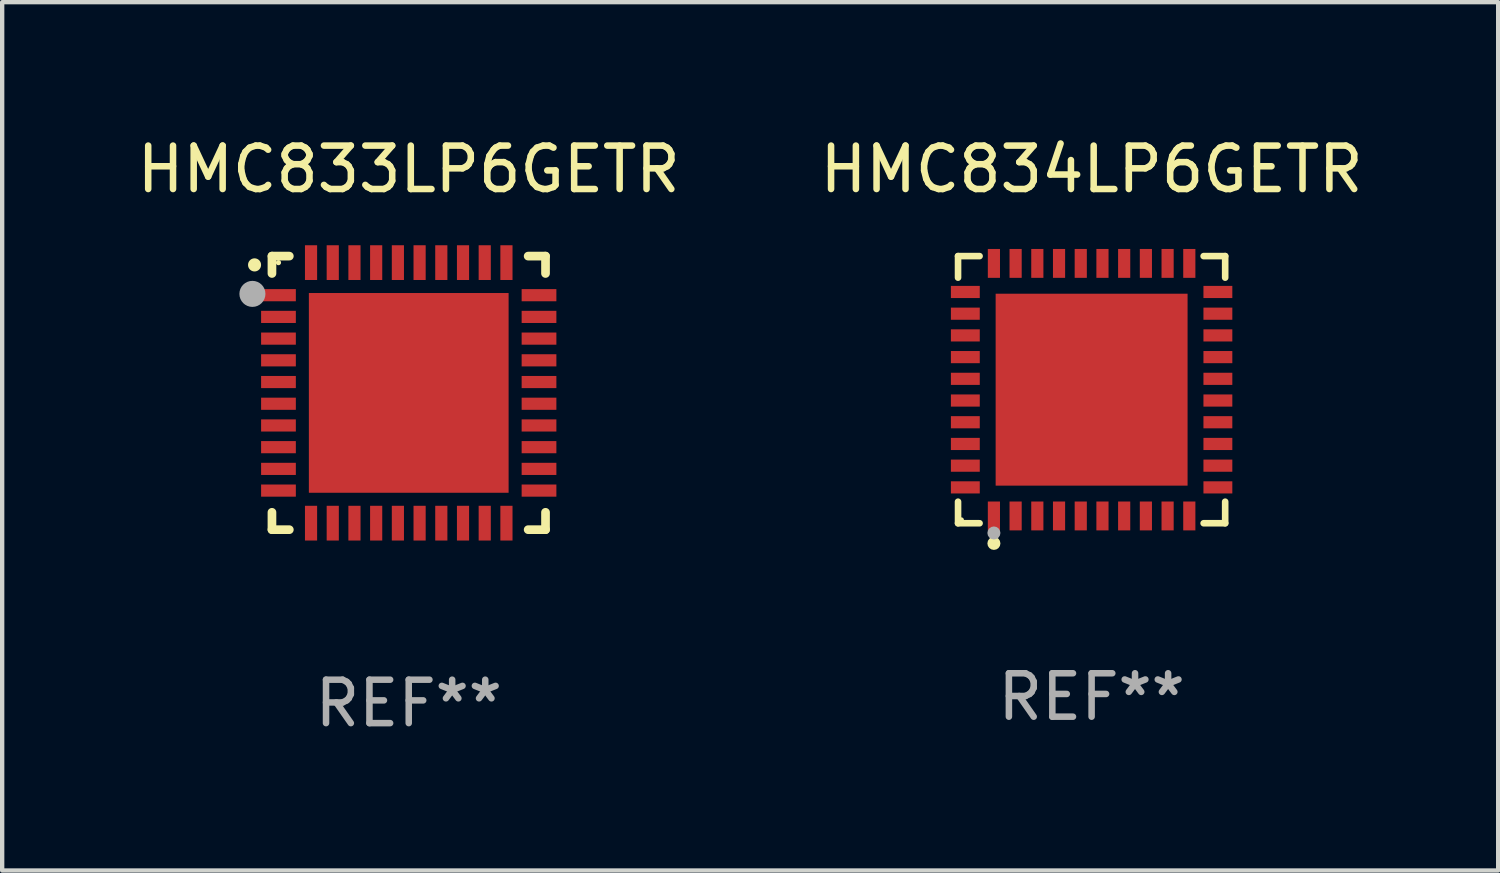
<source format=kicad_pcb>
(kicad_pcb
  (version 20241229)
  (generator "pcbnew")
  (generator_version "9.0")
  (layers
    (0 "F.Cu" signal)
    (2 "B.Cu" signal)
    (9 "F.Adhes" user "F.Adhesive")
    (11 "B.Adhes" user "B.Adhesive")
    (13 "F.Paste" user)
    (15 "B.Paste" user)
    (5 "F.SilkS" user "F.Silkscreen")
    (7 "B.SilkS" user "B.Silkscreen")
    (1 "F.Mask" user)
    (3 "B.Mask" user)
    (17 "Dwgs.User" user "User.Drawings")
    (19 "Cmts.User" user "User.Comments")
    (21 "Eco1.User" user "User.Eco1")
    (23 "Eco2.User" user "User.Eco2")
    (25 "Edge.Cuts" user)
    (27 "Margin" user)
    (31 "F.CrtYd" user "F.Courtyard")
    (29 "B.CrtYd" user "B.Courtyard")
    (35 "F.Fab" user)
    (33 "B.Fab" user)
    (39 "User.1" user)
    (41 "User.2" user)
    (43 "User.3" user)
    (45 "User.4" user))
  (footprint "HMC834LP6GETR"
    (layer "F.Cu")
    (at 22.089 5.924)
    (property "Reference" "HMC834LP6GETR" (at 0 -5.076 0) (layer "F.SilkS") (effects (font (size 1 1) (thickness 0.15))))
    (attr through_hole)
    (fp_line (start -3.076 -3.076) (end -2.58 -3.076) (stroke (width 0.152) (type solid)) (layer "F.SilkS"))
    (fp_line (start -3.076 -2.58) (end -3.076 -3.076) (stroke (width 0.152) (type solid)) (layer "F.SilkS"))
    (fp_line (start -3.076 2.58) (end -3.076 3.076) (stroke (width 0.152) (type solid)) (layer "F.SilkS"))
    (fp_line (start -3.076 3.076) (end -2.58 3.076) (stroke (width 0.152) (type solid)) (layer "F.SilkS"))
    (fp_line (start 3.076 -3.076) (end 2.58 -3.076) (stroke (width 0.152) (type solid)) (layer "F.SilkS"))
    (fp_line (start 3.076 -2.58) (end 3.076 -3.076) (stroke (width 0.152) (type solid)) (layer "F.SilkS"))
    (fp_line (start 3.076 2.58) (end 3.076 3.076) (stroke (width 0.152) (type solid)) (layer "F.SilkS"))
    (fp_line (start 3.076 3.076) (end 2.58 3.076) (stroke (width 0.152) (type solid)) (layer "F.SilkS"))
    (fp_circle (center -3 3) (end -2.97 3) (stroke (width 0.06) (type solid)) (fill no) (layer "F.SilkS"))
    (fp_circle (center -2.25 3.54) (end -2.175 3.54) (stroke (width 0.15) (type solid)) (fill no) (layer "F.SilkS"))
    (fp_circle (center -2.25 3.3) (end -2.175 3.3) (stroke (width 0.15) (type solid)) (fill no) (layer "F.Fab"))
    (fp_text user "REF**" (at 0 7.076 0) (layer "F.Fab") (effects (font (size 1 1) (thickness 0.15))))
    (pad "1" smd rect (at -2.25 2.908) (size 0.28 0.665) (layers "F.Cu" "F.Mask" "F.Paste"))
    (pad "2" smd rect (at -1.75 2.908) (size 0.28 0.665) (layers "F.Cu" "F.Mask" "F.Paste"))
    (pad "3" smd rect (at -1.25 2.908) (size 0.28 0.665) (layers "F.Cu" "F.Mask" "F.Paste"))
    (pad "4" smd rect (at -0.75 2.908) (size 0.28 0.665) (layers "F.Cu" "F.Mask" "F.Paste"))
    (pad "5" smd rect (at -0.25 2.908) (size 0.28 0.665) (layers "F.Cu" "F.Mask" "F.Paste"))
    (pad "6" smd rect (at 0.25 2.908) (size 0.28 0.665) (layers "F.Cu" "F.Mask" "F.Paste"))
    (pad "7" smd rect (at 0.75 2.908) (size 0.28 0.665) (layers "F.Cu" "F.Mask" "F.Paste"))
    (pad "8" smd rect (at 1.25 2.908) (size 0.28 0.665) (layers "F.Cu" "F.Mask" "F.Paste"))
    (pad "9" smd rect (at 1.75 2.908) (size 0.28 0.665) (layers "F.Cu" "F.Mask" "F.Paste"))
    (pad "10" smd rect (at 2.25 2.908) (size 0.28 0.665) (layers "F.Cu" "F.Mask" "F.Paste"))
    (pad "11" smd rect (at 2.908 2.25) (size 0.665 0.28) (layers "F.Cu" "F.Mask" "F.Paste"))
    (pad "12" smd rect (at 2.908 1.75) (size 0.665 0.28) (layers "F.Cu" "F.Mask" "F.Paste"))
    (pad "13" smd rect (at 2.908 1.25) (size 0.665 0.28) (layers "F.Cu" "F.Mask" "F.Paste"))
    (pad "14" smd rect (at 2.908 0.75) (size 0.665 0.28) (layers "F.Cu" "F.Mask" "F.Paste"))
    (pad "15" smd rect (at 2.908 0.25) (size 0.665 0.28) (layers "F.Cu" "F.Mask" "F.Paste"))
    (pad "16" smd rect (at 2.908 -0.25) (size 0.665 0.28) (layers "F.Cu" "F.Mask" "F.Paste"))
    (pad "17" smd rect (at 2.908 -0.75) (size 0.665 0.28) (layers "F.Cu" "F.Mask" "F.Paste"))
    (pad "18" smd rect (at 2.908 -1.25) (size 0.665 0.28) (layers "F.Cu" "F.Mask" "F.Paste"))
    (pad "19" smd rect (at 2.908 -1.75) (size 0.665 0.28) (layers "F.Cu" "F.Mask" "F.Paste"))
    (pad "20" smd rect (at 2.908 -2.25) (size 0.665 0.28) (layers "F.Cu" "F.Mask" "F.Paste"))
    (pad "21" smd rect (at 2.25 -2.908) (size 0.28 0.665) (layers "F.Cu" "F.Mask" "F.Paste"))
    (pad "22" smd rect (at 1.75 -2.908) (size 0.28 0.665) (layers "F.Cu" "F.Mask" "F.Paste"))
    (pad "23" smd rect (at 1.25 -2.908) (size 0.28 0.665) (layers "F.Cu" "F.Mask" "F.Paste"))
    (pad "24" smd rect (at 0.75 -2.908) (size 0.28 0.665) (layers "F.Cu" "F.Mask" "F.Paste"))
    (pad "25" smd rect (at 0.25 -2.908) (size 0.28 0.665) (layers "F.Cu" "F.Mask" "F.Paste"))
    (pad "26" smd rect (at -0.25 -2.908) (size 0.28 0.665) (layers "F.Cu" "F.Mask" "F.Paste"))
    (pad "27" smd rect (at -0.75 -2.908) (size 0.28 0.665) (layers "F.Cu" "F.Mask" "F.Paste"))
    (pad "28" smd rect (at -1.25 -2.908) (size 0.28 0.665) (layers "F.Cu" "F.Mask" "F.Paste"))
    (pad "29" smd rect (at -1.75 -2.908) (size 0.28 0.665) (layers "F.Cu" "F.Mask" "F.Paste"))
    (pad "30" smd rect (at -2.25 -2.908) (size 0.28 0.665) (layers "F.Cu" "F.Mask" "F.Paste"))
    (pad "31" smd rect (at -2.908 -2.25) (size 0.665 0.28) (layers "F.Cu" "F.Mask" "F.Paste"))
    (pad "32" smd rect (at -2.908 -1.75) (size 0.665 0.28) (layers "F.Cu" "F.Mask" "F.Paste"))
    (pad "33" smd rect (at -2.908 -1.25) (size 0.665 0.28) (layers "F.Cu" "F.Mask" "F.Paste"))
    (pad "34" smd rect (at -2.908 -0.75) (size 0.665 0.28) (layers "F.Cu" "F.Mask" "F.Paste"))
    (pad "35" smd rect (at -2.908 -0.25) (size 0.665 0.28) (layers "F.Cu" "F.Mask" "F.Paste"))
    (pad "36" smd rect (at -2.908 0.25) (size 0.665 0.28) (layers "F.Cu" "F.Mask" "F.Paste"))
    (pad "37" smd rect (at -2.908 0.75) (size 0.665 0.28) (layers "F.Cu" "F.Mask" "F.Paste"))
    (pad "38" smd rect (at -2.908 1.25) (size 0.665 0.28) (layers "F.Cu" "F.Mask" "F.Paste"))
    (pad "39" smd rect (at -2.908 1.75) (size 0.665 0.28) (layers "F.Cu" "F.Mask" "F.Paste"))
    (pad "40" smd rect (at -2.908 2.25) (size 0.665 0.28) (layers "F.Cu" "F.Mask" "F.Paste"))
    (pad "41" smd rect (at 0 0) (size 4.42 4.42) (layers "F.Cu" "F.Mask" "F.Paste")))
  (footprint "HMC833LP6GETR"
    (layer "F.Cu")
    (at 6.363 5.998)
    (property "Reference" "HMC833LP6GETR" (at 0 -5.15 0) (layer "F.SilkS") (effects (font (size 1 1) (thickness 0.15))))
    (attr through_hole)
    (fp_line (start -3.15 -3.15) (end -2.75 -3.15) (stroke (width 0.2) (type solid)) (layer "F.SilkS"))
    (fp_line (start -3.15 -2.75) (end -3.15 -3.15) (stroke (width 0.2) (type solid)) (layer "F.SilkS"))
    (fp_line (start -3.15 3.15) (end -3.15 2.75) (stroke (width 0.2) (type solid)) (layer "F.SilkS"))
    (fp_line (start -2.75 3.15) (end -3.15 3.15) (stroke (width 0.2) (type solid)) (layer "F.SilkS"))
    (fp_line (start 2.75 -3.15) (end 3.15 -3.15) (stroke (width 0.2) (type solid)) (layer "F.SilkS"))
    (fp_line (start 2.75 3.15) (end 3.15 3.15) (stroke (width 0.2) (type solid)) (layer "F.SilkS"))
    (fp_line (start 3.15 -3.15) (end 3.15 -2.75) (stroke (width 0.2) (type solid)) (layer "F.SilkS"))
    (fp_line (start 3.15 3.15) (end 3.15 2.75) (stroke (width 0.2) (type solid)) (layer "F.SilkS"))
    (fp_arc (start -3.550927 -2.946406) (mid -3.550932 -2.947676) (end -3.550927 -2.948946) (stroke (width 0.3) (type solid)) (layer "F.SilkS"))
    (fp_circle (center -3 -3) (end -2.97 -3) (stroke (width 0.06) (type solid)) (fill no) (layer "F.SilkS"))
    (fp_circle (center -3.6 -2.28) (end -3.45 -2.28) (stroke (width 0.3) (type solid)) (fill no) (layer "F.Fab"))
    (fp_text user "REF**" (at 0 7.15 0) (layer "F.Fab") (effects (font (size 1 1) (thickness 0.15))))
    (pad "1" smd rect (at -3 -2.25 90) (size 0.28 0.8) (layers "F.Cu" "F.Mask" "F.Paste"))
    (pad "2" smd rect (at -3 -1.75 90) (size 0.28 0.8) (layers "F.Cu" "F.Mask" "F.Paste"))
    (pad "3" smd rect (at -3 -1.25 90) (size 0.28 0.8) (layers "F.Cu" "F.Mask" "F.Paste"))
    (pad "4" smd rect (at -3 -0.75 90) (size 0.28 0.8) (layers "F.Cu" "F.Mask" "F.Paste"))
    (pad "5" smd rect (at -3 -0.25 90) (size 0.28 0.8) (layers "F.Cu" "F.Mask" "F.Paste"))
    (pad "6" smd rect (at -3 0.25 90) (size 0.28 0.8) (layers "F.Cu" "F.Mask" "F.Paste"))
    (pad "7" smd rect (at -3 0.75 90) (size 0.28 0.8) (layers "F.Cu" "F.Mask" "F.Paste"))
    (pad "8" smd rect (at -3 1.25 90) (size 0.28 0.8) (layers "F.Cu" "F.Mask" "F.Paste"))
    (pad "9" smd rect (at -3 1.75 90) (size 0.28 0.8) (layers "F.Cu" "F.Mask" "F.Paste"))
    (pad "10" smd rect (at -3 2.25 90) (size 0.28 0.8) (layers "F.Cu" "F.Mask" "F.Paste"))
    (pad "11" smd rect (at -2.25 3) (size 0.28 0.8) (layers "F.Cu" "F.Mask" "F.Paste"))
    (pad "12" smd rect (at -1.75 3) (size 0.28 0.8) (layers "F.Cu" "F.Mask" "F.Paste"))
    (pad "13" smd rect (at -1.25 3) (size 0.28 0.8) (layers "F.Cu" "F.Mask" "F.Paste"))
    (pad "14" smd rect (at -0.75 3) (size 0.28 0.8) (layers "F.Cu" "F.Mask" "F.Paste"))
    (pad "15" smd rect (at -0.25 3) (size 0.28 0.8) (layers "F.Cu" "F.Mask" "F.Paste"))
    (pad "16" smd rect (at 0.25 3) (size 0.28 0.8) (layers "F.Cu" "F.Mask" "F.Paste"))
    (pad "17" smd rect (at 0.75 3) (size 0.28 0.8) (layers "F.Cu" "F.Mask" "F.Paste"))
    (pad "18" smd rect (at 1.25 3) (size 0.28 0.8) (layers "F.Cu" "F.Mask" "F.Paste"))
    (pad "19" smd rect (at 1.75 3) (size 0.28 0.8) (layers "F.Cu" "F.Mask" "F.Paste"))
    (pad "20" smd rect (at 2.25 3) (size 0.28 0.8) (layers "F.Cu" "F.Mask" "F.Paste"))
    (pad "21" smd rect (at 3 2.25 90) (size 0.28 0.8) (layers "F.Cu" "F.Mask" "F.Paste"))
    (pad "22" smd rect (at 3 1.75 90) (size 0.28 0.8) (layers "F.Cu" "F.Mask" "F.Paste"))
    (pad "23" smd rect (at 3 1.25 90) (size 0.28 0.8) (layers "F.Cu" "F.Mask" "F.Paste"))
    (pad "24" smd rect (at 3 0.75 90) (size 0.28 0.8) (layers "F.Cu" "F.Mask" "F.Paste"))
    (pad "25" smd rect (at 3 0.25 90) (size 0.28 0.8) (layers "F.Cu" "F.Mask" "F.Paste"))
    (pad "26" smd rect (at 3 -0.25 90) (size 0.28 0.8) (layers "F.Cu" "F.Mask" "F.Paste"))
    (pad "27" smd rect (at 3 -0.75 90) (size 0.28 0.8) (layers "F.Cu" "F.Mask" "F.Paste"))
    (pad "28" smd rect (at 3 -1.25 90) (size 0.28 0.8) (layers "F.Cu" "F.Mask" "F.Paste"))
    (pad "29" smd rect (at 3 -1.75 90) (size 0.28 0.8) (layers "F.Cu" "F.Mask" "F.Paste"))
    (pad "30" smd rect (at 3 -2.25 90) (size 0.28 0.8) (layers "F.Cu" "F.Mask" "F.Paste"))
    (pad "31" smd rect (at 2.25 -3) (size 0.28 0.8) (layers "F.Cu" "F.Mask" "F.Paste"))
    (pad "32" smd rect (at 1.75 -3) (size 0.28 0.8) (layers "F.Cu" "F.Mask" "F.Paste"))
    (pad "33" smd rect (at 1.25 -3) (size 0.28 0.8) (layers "F.Cu" "F.Mask" "F.Paste"))
    (pad "34" smd rect (at 0.75 -3) (size 0.28 0.8) (layers "F.Cu" "F.Mask" "F.Paste"))
    (pad "35" smd rect (at 0.25 -3) (size 0.28 0.8) (layers "F.Cu" "F.Mask" "F.Paste"))
    (pad "36" smd rect (at -0.25 -3) (size 0.28 0.8) (layers "F.Cu" "F.Mask" "F.Paste"))
    (pad "37" smd rect (at -0.75 -3) (size 0.28 0.8) (layers "F.Cu" "F.Mask" "F.Paste"))
    (pad "38" smd rect (at -1.25 -3) (size 0.28 0.8) (layers "F.Cu" "F.Mask" "F.Paste"))
    (pad "39" smd rect (at -1.75 -3) (size 0.28 0.8) (layers "F.Cu" "F.Mask" "F.Paste"))
    (pad "40" smd rect (at -2.25 -3) (size 0.28 0.8) (layers "F.Cu" "F.Mask" "F.Paste"))
    (pad "41" smd rect (at -0.000102 0) (size 4.6 4.6) (layers "F.Cu" "F.Mask" "F.Paste")))
  (gr_rect
    (start -3 -3)
    (end 31.452 16.997)
    (stroke (width 0.1) (type default))
    (fill no)
    (layer "Edge.Cuts")))
</source>
